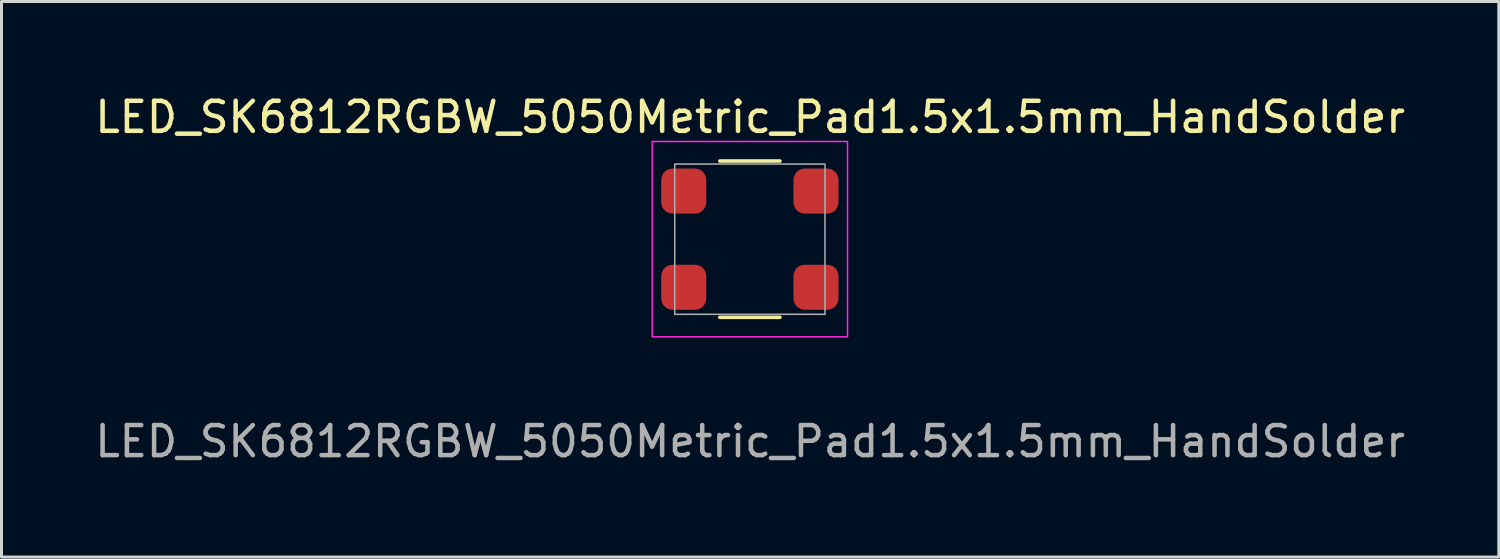
<source format=kicad_pcb>
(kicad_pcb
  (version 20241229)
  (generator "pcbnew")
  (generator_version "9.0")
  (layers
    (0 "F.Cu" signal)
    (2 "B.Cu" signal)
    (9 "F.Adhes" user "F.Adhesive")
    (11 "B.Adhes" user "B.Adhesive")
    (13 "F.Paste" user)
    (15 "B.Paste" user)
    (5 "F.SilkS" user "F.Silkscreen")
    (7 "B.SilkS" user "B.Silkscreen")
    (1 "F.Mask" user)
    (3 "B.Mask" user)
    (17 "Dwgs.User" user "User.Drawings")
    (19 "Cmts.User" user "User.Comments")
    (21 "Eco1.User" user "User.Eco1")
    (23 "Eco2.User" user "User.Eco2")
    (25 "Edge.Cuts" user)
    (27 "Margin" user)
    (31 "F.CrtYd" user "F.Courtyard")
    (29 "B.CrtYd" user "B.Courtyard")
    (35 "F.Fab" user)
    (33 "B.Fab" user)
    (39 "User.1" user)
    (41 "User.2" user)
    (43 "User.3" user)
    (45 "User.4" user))
  (footprint "LED_SK6812RGBW_5050Metric_Pad1.5x1.5mm_HandSolder"
    (layer "F.Cu")
    (at 21.901 4.908)
    (property "Reference" "LED_SK6812RGBW_5050Metric_Pad1.5x1.5mm_HandSolder" (at 0.01 -4.06 0) (unlocked yes) (layer "F.SilkS") (effects (font (size 1 1) (thickness 0.15))))
    (attr smd)
    (fp_line (start -1 -2.6) (end 1 -2.6) (stroke (width 0.12) (type solid)) (layer "F.SilkS"))
    (fp_line (start -1 2.6) (end 1 2.6) (stroke (width 0.12) (type solid)) (layer "F.SilkS"))
    (fp_rect (start -3.25 -3.25) (end 3.25 3.25) (stroke (width 0.05) (type solid)) (fill no) (layer "F.CrtYd"))
    (fp_rect (start -2.5 -2.5) (end 2.5 2.5) (stroke (width 0.05) (type solid)) (fill no) (layer "F.Fab"))
    (fp_text user "${REFERENCE}" (at 0.01 6.73 0) (unlocked yes) (layer "F.Fab") (effects (font (size 1 1) (thickness 0.15))))
    (pad "1" smd roundrect (at -2.2 -1.6) (size 1.5 1.5) (layers "F.Cu" "F.Mask" "F.Paste") (roundrect_rratio 0.25))
    (pad "2" smd roundrect (at -2.2 1.6) (size 1.5 1.5) (layers "F.Cu" "F.Mask" "F.Paste") (roundrect_rratio 0.25))
    (pad "3" smd roundrect (at 2.2 1.6) (size 1.5 1.5) (layers "F.Cu" "F.Mask" "F.Paste") (roundrect_rratio 0.25))
    (pad "4" smd roundrect (at 2.2 -1.6) (size 1.5 1.5) (layers "F.Cu" "F.Mask" "F.Paste") (roundrect_rratio 0.25)))
  (gr_rect
    (start -3 -3)
    (end 46.821 15.486)
    (stroke (width 0.1) (type default))
    (fill no)
    (layer "Edge.Cuts")))
</source>
